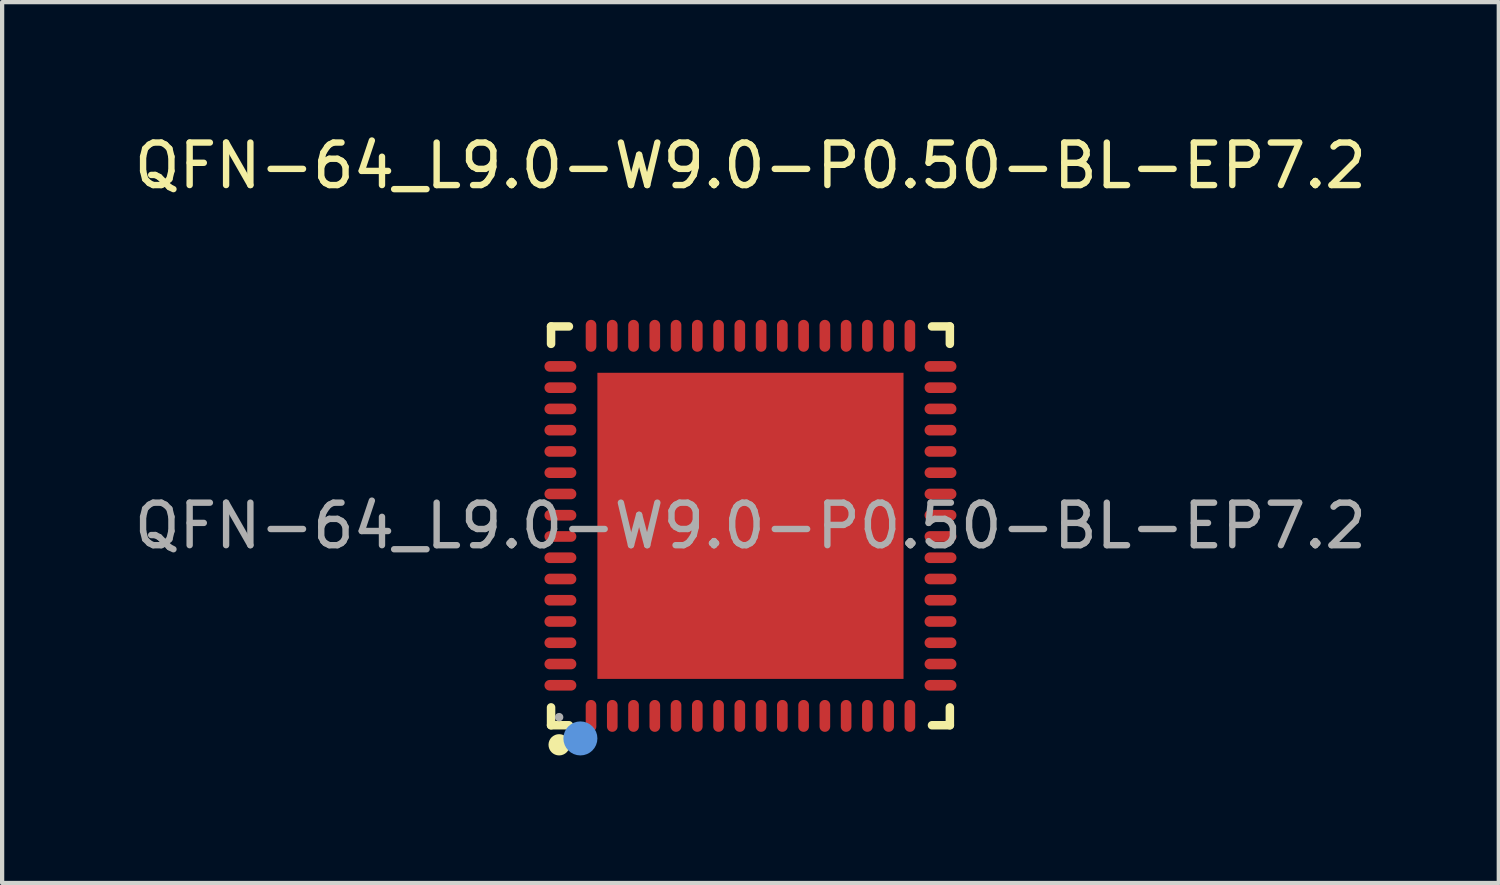
<source format=kicad_pcb>
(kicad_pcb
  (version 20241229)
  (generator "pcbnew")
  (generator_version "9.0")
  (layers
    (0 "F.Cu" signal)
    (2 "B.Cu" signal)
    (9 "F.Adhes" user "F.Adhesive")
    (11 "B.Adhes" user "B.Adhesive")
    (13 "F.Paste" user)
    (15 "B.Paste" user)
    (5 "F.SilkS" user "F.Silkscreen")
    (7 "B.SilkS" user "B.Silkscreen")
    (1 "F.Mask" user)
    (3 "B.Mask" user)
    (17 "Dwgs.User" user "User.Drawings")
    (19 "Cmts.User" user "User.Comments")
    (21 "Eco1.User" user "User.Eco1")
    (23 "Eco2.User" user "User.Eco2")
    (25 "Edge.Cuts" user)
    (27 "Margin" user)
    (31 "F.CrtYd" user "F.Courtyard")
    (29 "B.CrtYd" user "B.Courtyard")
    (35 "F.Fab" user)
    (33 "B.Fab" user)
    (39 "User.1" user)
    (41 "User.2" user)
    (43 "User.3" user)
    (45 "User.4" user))
  (footprint "QFN-64_L9.0-W9.0-P0.50-BL-EP7.2"
    (layer "F.Cu")
    (at 14.601 9.318)
    (property "Reference" "QFN-64_L9.0-W9.0-P0.50-BL-EP7.2" (at 0 -8.47 0) (layer "F.SilkS") (effects (font (size 1 1) (thickness 0.15))))
    (attr through_hole)
    (fp_line (start -4.69 -4.69) (end -4.27 -4.69) (stroke (width 0.2) (type solid)) (layer "F.SilkS"))
    (fp_line (start -4.69 -4.28) (end -4.69 -4.69) (stroke (width 0.2) (type solid)) (layer "F.SilkS"))
    (fp_line (start -4.69 4.69) (end -4.69 4.27) (stroke (width 0.2) (type solid)) (layer "F.SilkS"))
    (fp_line (start -4.27 4.69) (end -4.69 4.69) (stroke (width 0.2) (type solid)) (layer "F.SilkS"))
    (fp_line (start 4.27 4.69) (end 4.69 4.69) (stroke (width 0.2) (type solid)) (layer "F.SilkS"))
    (fp_line (start 4.69 -4.69) (end 4.27 -4.69) (stroke (width 0.2) (type solid)) (layer "F.SilkS"))
    (fp_line (start 4.69 -4.28) (end 4.69 -4.69) (stroke (width 0.2) (type solid)) (layer "F.SilkS"))
    (fp_line (start 4.69 4.69) (end 4.69 4.27) (stroke (width 0.2) (type solid)) (layer "F.SilkS"))
    (fp_arc (start -4.5 5.15) (mid -4.5 5.15) (end -4.5 5.15) (stroke (width 0.25) (type solid)) (layer "F.SilkS"))
    (fp_circle (center -4 5) (end -3.8 5) (stroke (width 0.4) (type solid)) (fill no) (layer "Cmts.User"))
    (fp_circle (center -4.5 4.5) (end -4.45 4.5) (stroke (width 0.1) (type solid)) (fill no) (layer "F.Fab"))
    (fp_text user "${REFERENCE}" (at 0 0 0) (layer "F.Fab") (effects (font (size 1 1) (thickness 0.15))))
    (pad "1" smd oval (at -3.75 4.47) (size 0.25 0.75) (layers "F.Cu" "F.Mask" "F.Paste"))
    (pad "2" smd oval (at -3.25 4.47) (size 0.25 0.75) (layers "F.Cu" "F.Mask" "F.Paste"))
    (pad "3" smd oval (at -2.75 4.47) (size 0.25 0.75) (layers "F.Cu" "F.Mask" "F.Paste"))
    (pad "4" smd oval (at -2.25 4.47) (size 0.25 0.75) (layers "F.Cu" "F.Mask" "F.Paste"))
    (pad "5" smd oval (at -1.75 4.47) (size 0.25 0.75) (layers "F.Cu" "F.Mask" "F.Paste"))
    (pad "6" smd oval (at -1.25 4.47) (size 0.25 0.75) (layers "F.Cu" "F.Mask" "F.Paste"))
    (pad "7" smd oval (at -0.75 4.47) (size 0.25 0.75) (layers "F.Cu" "F.Mask" "F.Paste"))
    (pad "8" smd oval (at -0.25 4.47) (size 0.25 0.75) (layers "F.Cu" "F.Mask" "F.Paste"))
    (pad "9" smd oval (at 0.25 4.47) (size 0.25 0.75) (layers "F.Cu" "F.Mask" "F.Paste"))
    (pad "10" smd oval (at 0.75 4.47) (size 0.25 0.75) (layers "F.Cu" "F.Mask" "F.Paste"))
    (pad "11" smd oval (at 1.25 4.47) (size 0.25 0.75) (layers "F.Cu" "F.Mask" "F.Paste"))
    (pad "12" smd oval (at 1.75 4.47) (size 0.25 0.75) (layers "F.Cu" "F.Mask" "F.Paste"))
    (pad "13" smd oval (at 2.25 4.47) (size 0.25 0.75) (layers "F.Cu" "F.Mask" "F.Paste"))
    (pad "14" smd oval (at 2.75 4.47) (size 0.25 0.75) (layers "F.Cu" "F.Mask" "F.Paste"))
    (pad "15" smd oval (at 3.25 4.47) (size 0.25 0.75) (layers "F.Cu" "F.Mask" "F.Paste"))
    (pad "16" smd oval (at 3.75 4.47) (size 0.25 0.75) (layers "F.Cu" "F.Mask" "F.Paste"))
    (pad "17" smd oval (at 4.47 3.75) (size 0.75 0.25) (layers "F.Cu" "F.Mask" "F.Paste"))
    (pad "18" smd oval (at 4.47 3.25) (size 0.75 0.25) (layers "F.Cu" "F.Mask" "F.Paste"))
    (pad "19" smd oval (at 4.47 2.75) (size 0.75 0.25) (layers "F.Cu" "F.Mask" "F.Paste"))
    (pad "20" smd oval (at 4.47 2.25) (size 0.75 0.25) (layers "F.Cu" "F.Mask" "F.Paste"))
    (pad "21" smd oval (at 4.47 1.75) (size 0.75 0.25) (layers "F.Cu" "F.Mask" "F.Paste"))
    (pad "22" smd oval (at 4.47 1.25) (size 0.75 0.25) (layers "F.Cu" "F.Mask" "F.Paste"))
    (pad "23" smd oval (at 4.47 0.75) (size 0.75 0.25) (layers "F.Cu" "F.Mask" "F.Paste"))
    (pad "24" smd oval (at 4.47 0.25) (size 0.75 0.25) (layers "F.Cu" "F.Mask" "F.Paste"))
    (pad "25" smd oval (at 4.47 -0.25) (size 0.75 0.25) (layers "F.Cu" "F.Mask" "F.Paste"))
    (pad "26" smd oval (at 4.47 -0.75) (size 0.75 0.25) (layers "F.Cu" "F.Mask" "F.Paste"))
    (pad "27" smd oval (at 4.47 -1.25) (size 0.75 0.25) (layers "F.Cu" "F.Mask" "F.Paste"))
    (pad "28" smd oval (at 4.47 -1.75) (size 0.75 0.25) (layers "F.Cu" "F.Mask" "F.Paste"))
    (pad "29" smd oval (at 4.47 -2.25) (size 0.75 0.25) (layers "F.Cu" "F.Mask" "F.Paste"))
    (pad "30" smd oval (at 4.47 -2.75) (size 0.75 0.25) (layers "F.Cu" "F.Mask" "F.Paste"))
    (pad "31" smd oval (at 4.47 -3.25) (size 0.75 0.25) (layers "F.Cu" "F.Mask" "F.Paste"))
    (pad "32" smd oval (at 4.47 -3.75) (size 0.75 0.25) (layers "F.Cu" "F.Mask" "F.Paste"))
    (pad "33" smd oval (at 3.75 -4.47) (size 0.25 0.75) (layers "F.Cu" "F.Mask" "F.Paste"))
    (pad "34" smd oval (at 3.25 -4.47) (size 0.25 0.75) (layers "F.Cu" "F.Mask" "F.Paste"))
    (pad "35" smd oval (at 2.75 -4.47) (size 0.25 0.75) (layers "F.Cu" "F.Mask" "F.Paste"))
    (pad "36" smd oval (at 2.25 -4.47) (size 0.25 0.75) (layers "F.Cu" "F.Mask" "F.Paste"))
    (pad "37" smd oval (at 1.75 -4.47) (size 0.25 0.75) (layers "F.Cu" "F.Mask" "F.Paste"))
    (pad "38" smd oval (at 1.25 -4.47) (size 0.25 0.75) (layers "F.Cu" "F.Mask" "F.Paste"))
    (pad "39" smd oval (at 0.75 -4.47) (size 0.25 0.75) (layers "F.Cu" "F.Mask" "F.Paste"))
    (pad "40" smd oval (at 0.25 -4.47) (size 0.25 0.75) (layers "F.Cu" "F.Mask" "F.Paste"))
    (pad "41" smd oval (at -0.25 -4.47) (size 0.25 0.75) (layers "F.Cu" "F.Mask" "F.Paste"))
    (pad "42" smd oval (at -0.75 -4.47) (size 0.25 0.75) (layers "F.Cu" "F.Mask" "F.Paste"))
    (pad "43" smd oval (at -1.25 -4.47) (size 0.25 0.75) (layers "F.Cu" "F.Mask" "F.Paste"))
    (pad "44" smd oval (at -1.75 -4.47) (size 0.25 0.75) (layers "F.Cu" "F.Mask" "F.Paste"))
    (pad "45" smd oval (at -2.25 -4.47) (size 0.25 0.75) (layers "F.Cu" "F.Mask" "F.Paste"))
    (pad "46" smd oval (at -2.75 -4.47) (size 0.25 0.75) (layers "F.Cu" "F.Mask" "F.Paste"))
    (pad "47" smd oval (at -3.25 -4.47) (size 0.25 0.75) (layers "F.Cu" "F.Mask" "F.Paste"))
    (pad "48" smd oval (at -3.75 -4.47) (size 0.25 0.75) (layers "F.Cu" "F.Mask" "F.Paste"))
    (pad "49" smd oval (at -4.47 -3.75) (size 0.75 0.25) (layers "F.Cu" "F.Mask" "F.Paste"))
    (pad "50" smd oval (at -4.47 -3.25) (size 0.75 0.25) (layers "F.Cu" "F.Mask" "F.Paste"))
    (pad "51" smd oval (at -4.47 -2.75) (size 0.75 0.25) (layers "F.Cu" "F.Mask" "F.Paste"))
    (pad "52" smd oval (at -4.47 -2.25) (size 0.75 0.25) (layers "F.Cu" "F.Mask" "F.Paste"))
    (pad "53" smd oval (at -4.47 -1.75) (size 0.75 0.25) (layers "F.Cu" "F.Mask" "F.Paste"))
    (pad "54" smd oval (at -4.47 -1.25) (size 0.75 0.25) (layers "F.Cu" "F.Mask" "F.Paste"))
    (pad "55" smd oval (at -4.47 -0.75) (size 0.75 0.25) (layers "F.Cu" "F.Mask" "F.Paste"))
    (pad "56" smd oval (at -4.47 -0.25) (size 0.75 0.25) (layers "F.Cu" "F.Mask" "F.Paste"))
    (pad "57" smd oval (at -4.47 0.25) (size 0.75 0.25) (layers "F.Cu" "F.Mask" "F.Paste"))
    (pad "58" smd oval (at -4.47 0.75) (size 0.75 0.25) (layers "F.Cu" "F.Mask" "F.Paste"))
    (pad "59" smd oval (at -4.47 1.25) (size 0.75 0.25) (layers "F.Cu" "F.Mask" "F.Paste"))
    (pad "60" smd oval (at -4.47 1.75) (size 0.75 0.25) (layers "F.Cu" "F.Mask" "F.Paste"))
    (pad "61" smd oval (at -4.47 2.25) (size 0.75 0.25) (layers "F.Cu" "F.Mask" "F.Paste"))
    (pad "62" smd oval (at -4.47 2.75) (size 0.75 0.25) (layers "F.Cu" "F.Mask" "F.Paste"))
    (pad "63" smd oval (at -4.47 3.25) (size 0.75 0.25) (layers "F.Cu" "F.Mask" "F.Paste"))
    (pad "64" smd oval (at -4.47 3.75) (size 0.75 0.25) (layers "F.Cu" "F.Mask" "F.Paste"))
    (pad "65" smd rect (at 0 0) (size 7.2 7.2) (layers "F.Cu" "F.Mask" "F.Paste")))
  (gr_rect
    (start -3 -3)
    (end 32.202 17.718)
    (stroke (width 0.1) (type default))
    (fill no)
    (layer "Edge.Cuts")))
</source>
